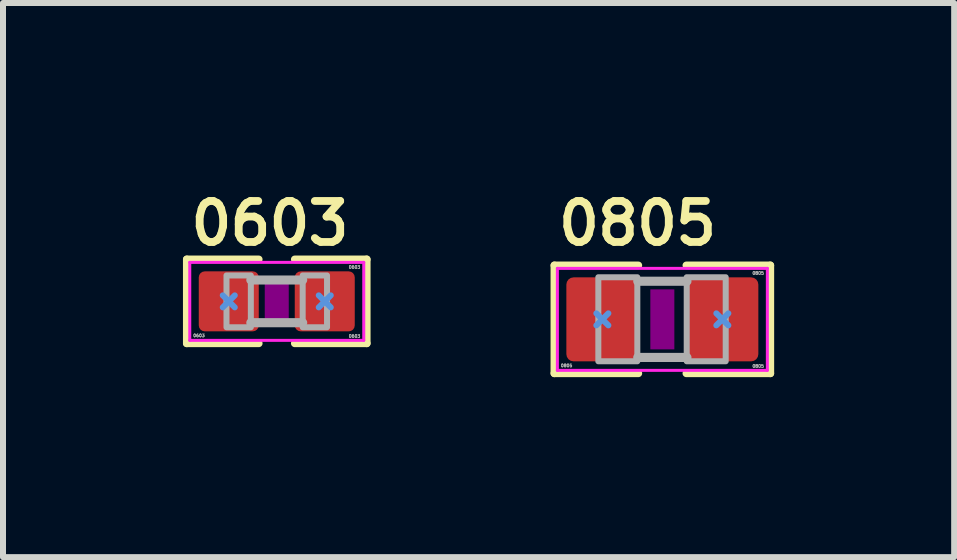
<source format=kicad_pcb>
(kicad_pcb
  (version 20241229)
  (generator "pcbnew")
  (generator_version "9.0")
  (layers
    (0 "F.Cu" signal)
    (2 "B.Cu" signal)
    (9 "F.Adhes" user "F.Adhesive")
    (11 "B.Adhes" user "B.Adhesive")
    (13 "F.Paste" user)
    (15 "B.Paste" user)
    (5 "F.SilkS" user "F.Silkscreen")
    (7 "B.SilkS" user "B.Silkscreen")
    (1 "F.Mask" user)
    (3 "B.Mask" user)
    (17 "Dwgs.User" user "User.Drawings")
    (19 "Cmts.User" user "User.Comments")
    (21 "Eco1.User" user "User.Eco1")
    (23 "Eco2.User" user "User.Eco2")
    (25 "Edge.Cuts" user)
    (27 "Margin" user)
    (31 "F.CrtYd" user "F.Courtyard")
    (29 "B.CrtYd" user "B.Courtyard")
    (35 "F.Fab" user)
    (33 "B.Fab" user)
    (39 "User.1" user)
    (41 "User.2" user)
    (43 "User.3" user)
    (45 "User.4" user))
  (footprint "0603"
    (layer "F.Cu")
    (at 1.563 1.973)
    (property "Reference" "0603" (at -1.5 -0.9 0) (layer "F.SilkS") (effects (font (size 0.683 0.683) (thickness 0.13)) (justify left bottom)))
    (property "Value" "0603" (at -1.4 -0.55 0) (layer "F.Fab") (hide yes) (effects (font (size 0.05 0.05) (thickness 0.15)) (justify left bottom)))
    (fp_line (start -1.5 -0.7) (end -0.3 -0.7) (stroke (width 0.127) (type solid)) (layer "F.SilkS"))
    (fp_line (start -1.5 0.7) (end -1.5 -0.7) (stroke (width 0.127) (type solid)) (layer "F.SilkS"))
    (fp_line (start -0.3 0.7) (end -1.5 0.7) (stroke (width 0.127) (type solid)) (layer "F.SilkS"))
    (fp_line (start 0.3 -0.7) (end 1.5 -0.7) (stroke (width 0.127) (type solid)) (layer "F.SilkS"))
    (fp_line (start 1.5 -0.7) (end 1.5 0.7) (stroke (width 0.127) (type solid)) (layer "F.SilkS"))
    (fp_line (start 1.5 0.7) (end 0.3 0.7) (stroke (width 0.127) (type solid)) (layer "F.SilkS"))
    (fp_poly (pts (xy -0.2 0.4) (xy 0.2 0.4) (xy 0.2 -0.4) (xy -0.2 -0.4)) (stroke (width 0) (type default)) (fill yes) (layer "F.Adhes"))
    (fp_line (start -0.9 -0.1) (end -0.7 0.1) (stroke (width 0.1) (type solid)) (layer "Cmts.User"))
    (fp_line (start -0.9 0.1) (end -0.7 -0.1) (stroke (width 0.1) (type solid)) (layer "Cmts.User"))
    (fp_line (start 0.7 -0.1) (end 0.9 0.1) (stroke (width 0.1) (type solid)) (layer "Cmts.User"))
    (fp_line (start 0.7 0.1) (end 0.9 -0.1) (stroke (width 0.1) (type solid)) (layer "Cmts.User"))
    (fp_line (start -1.45 -0.65) (end 1.45 -0.65) (stroke (width 0.05) (type solid)) (layer "F.CrtYd"))
    (fp_line (start -1.45 0.65) (end -1.45 -0.65) (stroke (width 0.05) (type solid)) (layer "F.CrtYd"))
    (fp_line (start 1.45 -0.65) (end 1.45 0.65) (stroke (width 0.05) (type solid)) (layer "F.CrtYd"))
    (fp_line (start 1.45 0.65) (end -1.45 0.65) (stroke (width 0.05) (type solid)) (layer "F.CrtYd"))
    (fp_line (start -0.432 0.356) (end 0.432 0.356) (stroke (width 0.152) (type solid)) (layer "F.Fab"))
    (fp_line (start 0.432 -0.356) (end -0.432 -0.356) (stroke (width 0.152) (type solid)) (layer "F.Fab"))
    (fp_poly (pts (xy -0.838 0.432) (xy -0.432 0.432) (xy -0.432 -0.432) (xy -0.838 -0.432)) (stroke (width 0.1) (type default)) (fill no) (layer "F.Fab"))
    (fp_poly (pts (xy 0.432 0.432) (xy 0.838 0.432) (xy 0.838 -0.432) (xy 0.432 -0.432)) (stroke (width 0.1) (type default)) (fill no) (layer "F.Fab"))
    (fp_text user "${VALUE}" (at 1.4 0.55 0) (layer "F.Fab") (effects (font (size 0.05 0.05) (thickness 0.15)) (justify right top)))
    (fp_text user "${VALUE}" (at -1.4 0.6 0) (layer "F.Fab") (effects (font (size 0.05 0.05) (thickness 0.15)) (justify left bottom)))
    (fp_text user "${VALUE}" (at 1.4 -0.6 0) (layer "F.Fab") (effects (font (size 0.05 0.05) (thickness 0.15)) (justify right top)))
    (pad "1" smd roundrect (at -0.8 0) (size 1 1) (layers "F.Cu" "F.Mask" "F.Paste") (roundrect_rratio 0.1))
    (pad "2" smd roundrect (at 0.8 0) (size 1 1) (layers "F.Cu" "F.Mask" "F.Paste") (roundrect_rratio 0.1)))
  (footprint "0805"
    (layer "F.Cu")
    (at 7.99 2.273)
    (property "Reference" "0805" (at -1.8 -1.2 0) (layer "F.SilkS") (effects (font (size 0.683 0.683) (thickness 0.13)) (justify left bottom)))
    (property "Value" "0805" (at -1.7 -0.75 0) (layer "F.Fab") (hide yes) (effects (font (size 0.05 0.05) (thickness 0.15)) (justify left bottom)))
    (fp_line (start -1.8 -0.9) (end -0.4 -0.9) (stroke (width 0.127) (type solid)) (layer "F.SilkS"))
    (fp_line (start -1.8 0.9) (end -1.8 -0.9) (stroke (width 0.127) (type solid)) (layer "F.SilkS"))
    (fp_line (start -0.4 0.9) (end -1.8 0.9) (stroke (width 0.127) (type solid)) (layer "F.SilkS"))
    (fp_line (start 0.4 -0.9) (end 1.8 -0.9) (stroke (width 0.127) (type solid)) (layer "F.SilkS"))
    (fp_line (start 1.8 -0.9) (end 1.8 0.9) (stroke (width 0.127) (type solid)) (layer "F.SilkS"))
    (fp_line (start 1.8 0.9) (end 0.4 0.9) (stroke (width 0.127) (type solid)) (layer "F.SilkS"))
    (fp_poly (pts (xy -0.2 0.5) (xy 0.2 0.5) (xy 0.2 -0.5) (xy -0.2 -0.5)) (stroke (width 0) (type default)) (fill yes) (layer "F.Adhes"))
    (fp_line (start -1.1 -0.1) (end -0.9 0.1) (stroke (width 0.1) (type solid)) (layer "Cmts.User"))
    (fp_line (start -1.1 0.1) (end -0.9 -0.1) (stroke (width 0.1) (type solid)) (layer "Cmts.User"))
    (fp_line (start 0.9 -0.1) (end 1.1 0.1) (stroke (width 0.1) (type solid)) (layer "Cmts.User"))
    (fp_line (start 0.9 0.1) (end 1.1 -0.1) (stroke (width 0.1) (type solid)) (layer "Cmts.User"))
    (fp_line (start -1.75 -0.85) (end 1.75 -0.85) (stroke (width 0.05) (type solid)) (layer "F.CrtYd"))
    (fp_line (start -1.75 0.85) (end -1.75 -0.85) (stroke (width 0.05) (type solid)) (layer "F.CrtYd"))
    (fp_line (start 1.75 -0.85) (end 1.75 0.85) (stroke (width 0.05) (type solid)) (layer "F.CrtYd"))
    (fp_line (start 1.75 0.85) (end -1.75 0.85) (stroke (width 0.05) (type solid)) (layer "F.CrtYd"))
    (fp_line (start -0.41 -0.635) (end 0.41 -0.635) (stroke (width 0.152) (type solid)) (layer "F.Fab"))
    (fp_line (start -0.41 0.635) (end 0.41 0.635) (stroke (width 0.152) (type solid)) (layer "F.Fab"))
    (fp_poly (pts (xy -1.067 0.699) (xy -0.417 0.699) (xy -0.417 -0.702) (xy -1.067 -0.702)) (stroke (width 0.1) (type default)) (fill no) (layer "F.Fab"))
    (fp_poly (pts (xy 0.406 0.699) (xy 1.056 0.699) (xy 1.056 -0.702) (xy 0.406 -0.702)) (stroke (width 0.1) (type default)) (fill no) (layer "F.Fab"))
    (fp_text user "${VALUE}" (at 1.7 -0.8 0) (layer "F.Fab") (effects (font (size 0.05 0.05) (thickness 0.15)) (justify right top)))
    (fp_text user "${VALUE}" (at 1.7 0.75 0) (layer "F.Fab") (effects (font (size 0.05 0.05) (thickness 0.15)) (justify right top)))
    (fp_text user "${VALUE}" (at -1.7 0.8 0) (layer "F.Fab") (effects (font (size 0.05 0.05) (thickness 0.15)) (justify left bottom)))
    (pad "1" smd roundrect (at -1 0) (size 1.2 1.4) (layers "F.Cu" "F.Mask" "F.Paste") (roundrect_rratio 0.1))
    (pad "2" smd roundrect (at 1 0) (size 1.2 1.4) (layers "F.Cu" "F.Mask" "F.Paste") (roundrect_rratio 0.1)))
  (gr_rect
    (start -3 -3)
    (end 12.854 6.236)
    (stroke (width 0.1) (type default))
    (fill no)
    (layer "Edge.Cuts")))
</source>
